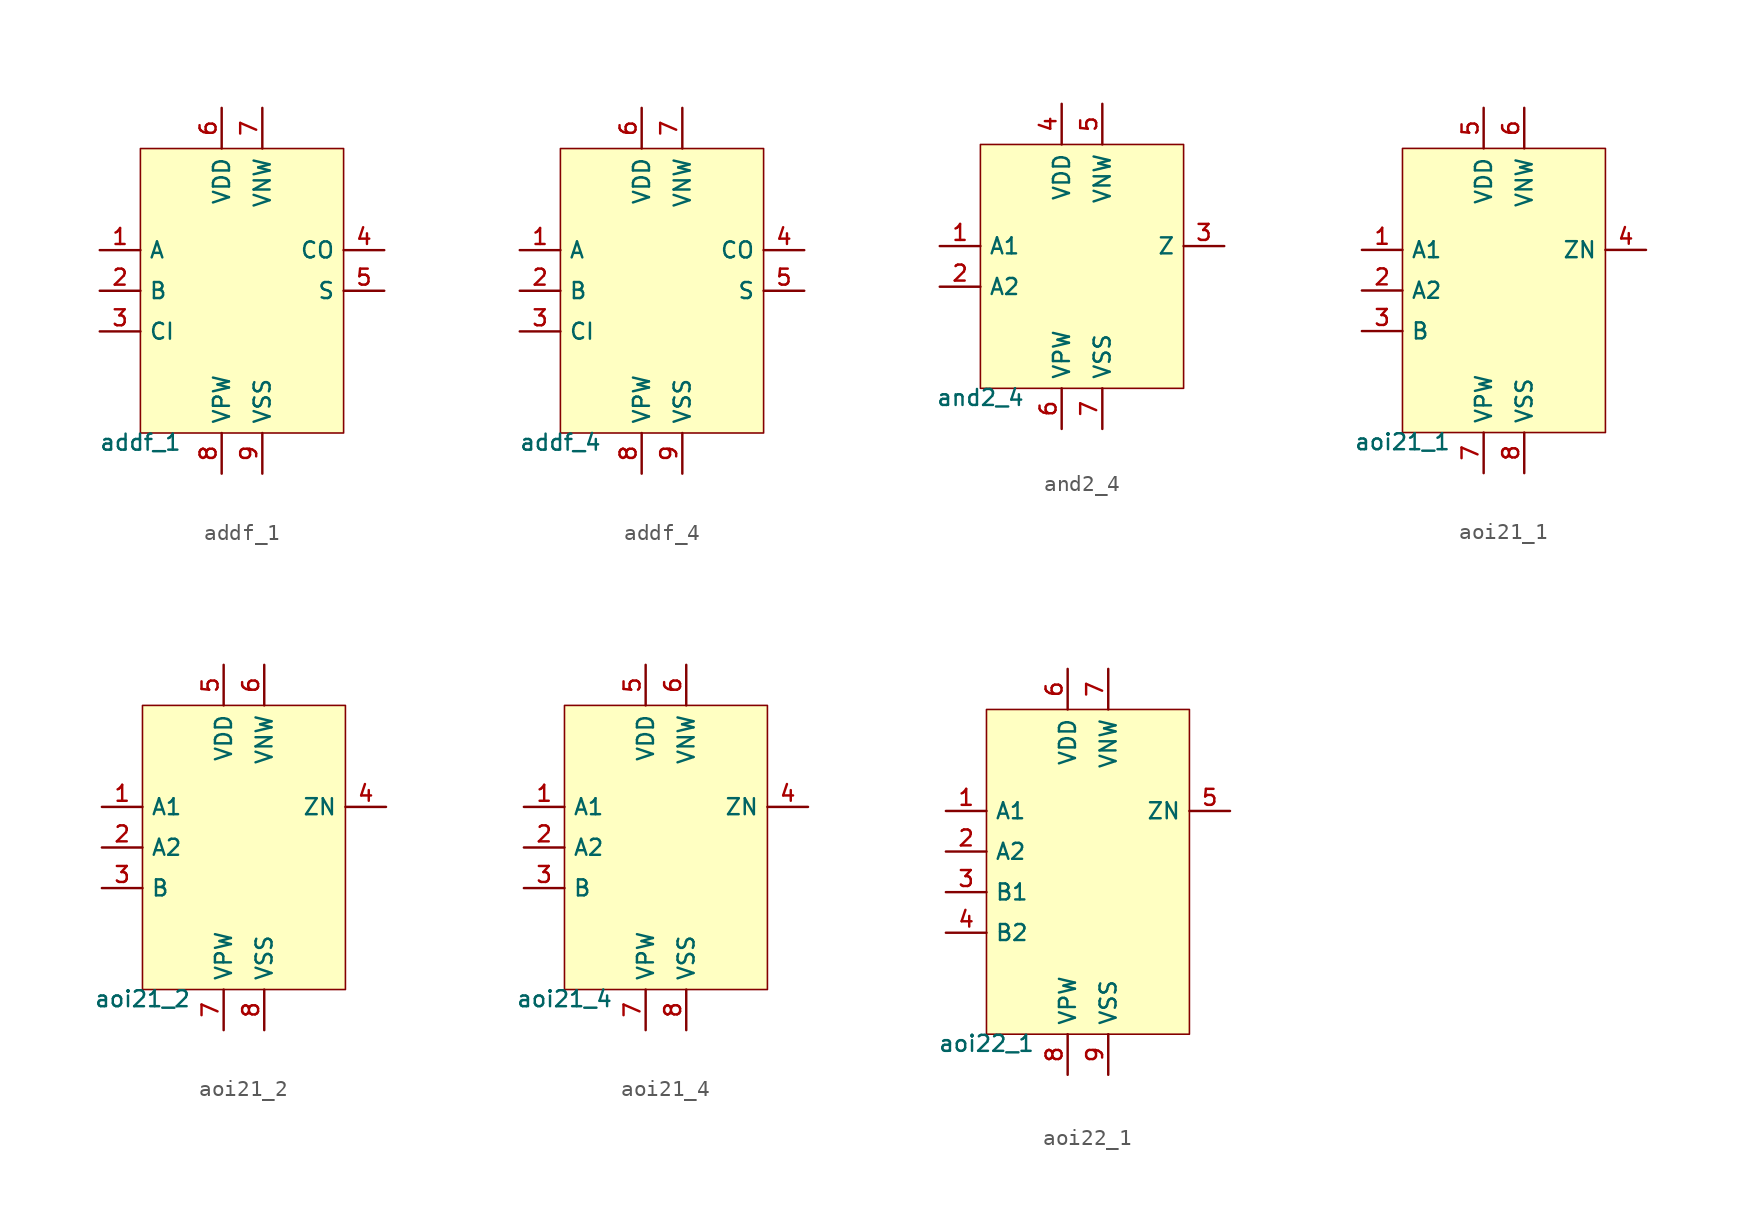
<source format=kicad_sym>
(kicad_symbol_lib
  (version 20211014)
  (generator pdk2kicad)
  (symbol "addf_1"
    (property "Reference" "X"
      (at 0 0 0)
      (effects (font (size 1 1)) hide))
    (property "Value" "addf_1"
      (at -6.35 -8.89 0)
      (effects (font (size 1 1)) (justify top)))
    (rectangle
      (start -6.35 -8.89)
      (end 6.35 8.89)
      (stroke (width 0.1) (type solid) (color 0 0 0 0))
      (fill (type background)))
    (pin input line
      (at -8.89 2.54 0)
      (length 2.54)
      (name "A" (effects (font (size 1 1)) hide))
      (number "1" (effects (font (size 1 1)) hide)))
    (pin input line
      (at -8.89 4.440892098500626e-16 0)
      (length 2.54)
      (name "B" (effects (font (size 1 1)) hide))
      (number "2" (effects (font (size 1 1)) hide)))
    (pin input line
      (at -8.89 -2.54 0)
      (length 2.54)
      (name "CI" (effects (font (size 1 1)) hide))
      (number "3" (effects (font (size 1 1)) hide)))
    (pin output line
      (at 8.89 2.54 180)
      (length 2.54)
      (name "CO" (effects (font (size 1 1)) hide))
      (number "4" (effects (font (size 1 1)) hide)))
    (pin output line
      (at 8.89 4.440892098500626e-16 180)
      (length 2.54)
      (name "S" (effects (font (size 1 1)) hide))
      (number "5" (effects (font (size 1 1)) hide)))
    (pin power_in line
      (at -1.27 11.43 270)
      (length 2.54)
      (name "VDD" (effects (font (size 1 1)) hide))
      (number "6" (effects (font (size 1 1)) hide)))
    (pin power_in line
      (at 1.27 11.43 270)
      (length 2.54)
      (name "VNW" (effects (font (size 1 1)) hide))
      (number "7" (effects (font (size 1 1)) hide)))
    (pin power_in line
      (at -1.27 -11.43 90)
      (length 2.54)
      (name "VPW" (effects (font (size 1 1)) hide))
      (number "8" (effects (font (size 1 1)) hide)))
    (pin power_in line
      (at 1.27 -11.43 90)
      (length 2.54)
      (name "VSS" (effects (font (size 1 1)) hide))
      (number "9" (effects (font (size 1 1)) hide))))
  (symbol "addf_4"
    (property "Reference" "X"
      (at 0 0 0)
      (effects (font (size 1 1)) hide))
    (property "Value" "addf_4"
      (at -6.35 -8.89 0)
      (effects (font (size 1 1)) (justify top)))
    (rectangle
      (start -6.35 -8.89)
      (end 6.35 8.89)
      (stroke (width 0.1) (type solid) (color 0 0 0 0))
      (fill (type background)))
    (pin input line
      (at -8.89 2.54 0)
      (length 2.54)
      (name "A" (effects (font (size 1 1)) hide))
      (number "1" (effects (font (size 1 1)) hide)))
    (pin input line
      (at -8.89 4.440892098500626e-16 0)
      (length 2.54)
      (name "B" (effects (font (size 1 1)) hide))
      (number "2" (effects (font (size 1 1)) hide)))
    (pin input line
      (at -8.89 -2.54 0)
      (length 2.54)
      (name "CI" (effects (font (size 1 1)) hide))
      (number "3" (effects (font (size 1 1)) hide)))
    (pin output line
      (at 8.89 2.54 180)
      (length 2.54)
      (name "CO" (effects (font (size 1 1)) hide))
      (number "4" (effects (font (size 1 1)) hide)))
    (pin output line
      (at 8.89 4.440892098500626e-16 180)
      (length 2.54)
      (name "S" (effects (font (size 1 1)) hide))
      (number "5" (effects (font (size 1 1)) hide)))
    (pin power_in line
      (at -1.27 11.43 270)
      (length 2.54)
      (name "VDD" (effects (font (size 1 1)) hide))
      (number "6" (effects (font (size 1 1)) hide)))
    (pin power_in line
      (at 1.27 11.43 270)
      (length 2.54)
      (name "VNW" (effects (font (size 1 1)) hide))
      (number "7" (effects (font (size 1 1)) hide)))
    (pin power_in line
      (at -1.27 -11.43 90)
      (length 2.54)
      (name "VPW" (effects (font (size 1 1)) hide))
      (number "8" (effects (font (size 1 1)) hide)))
    (pin power_in line
      (at 1.27 -11.43 90)
      (length 2.54)
      (name "VSS" (effects (font (size 1 1)) hide))
      (number "9" (effects (font (size 1 1)) hide))))
  (symbol "and2_4"
    (property "Reference" "X"
      (at 0 0 0)
      (effects (font (size 1 1)) hide))
    (property "Value" "and2_4"
      (at -6.35 -7.62 0)
      (effects (font (size 1 1)) (justify top)))
    (rectangle
      (start -6.35 -7.62)
      (end 6.35 7.62)
      (stroke (width 0.1) (type solid) (color 0 0 0 0))
      (fill (type background)))
    (pin input line
      (at -8.89 1.27 0)
      (length 2.54)
      (name "A1" (effects (font (size 1 1)) hide))
      (number "1" (effects (font (size 1 1)) hide)))
    (pin input line
      (at -8.89 -1.27 0)
      (length 2.54)
      (name "A2" (effects (font (size 1 1)) hide))
      (number "2" (effects (font (size 1 1)) hide)))
    (pin output line
      (at 8.89 1.27 180)
      (length 2.54)
      (name "Z" (effects (font (size 1 1)) hide))
      (number "3" (effects (font (size 1 1)) hide)))
    (pin power_in line
      (at -1.27 10.16 270)
      (length 2.54)
      (name "VDD" (effects (font (size 1 1)) hide))
      (number "4" (effects (font (size 1 1)) hide)))
    (pin power_in line
      (at 1.27 10.16 270)
      (length 2.54)
      (name "VNW" (effects (font (size 1 1)) hide))
      (number "5" (effects (font (size 1 1)) hide)))
    (pin power_in line
      (at -1.27 -10.16 90)
      (length 2.54)
      (name "VPW" (effects (font (size 1 1)) hide))
      (number "6" (effects (font (size 1 1)) hide)))
    (pin power_in line
      (at 1.27 -10.16 90)
      (length 2.54)
      (name "VSS" (effects (font (size 1 1)) hide))
      (number "7" (effects (font (size 1 1)) hide))))
  (symbol "aoi21_1"
    (property "Reference" "X"
      (at 0 0 0)
      (effects (font (size 1 1)) hide))
    (property "Value" "aoi21_1"
      (at -6.35 -8.89 0)
      (effects (font (size 1 1)) (justify top)))
    (rectangle
      (start -6.35 -8.89)
      (end 6.35 8.89)
      (stroke (width 0.1) (type solid) (color 0 0 0 0))
      (fill (type background)))
    (pin input line
      (at -8.89 2.54 0)
      (length 2.54)
      (name "A1" (effects (font (size 1 1)) hide))
      (number "1" (effects (font (size 1 1)) hide)))
    (pin input line
      (at -8.89 4.440892098500626e-16 0)
      (length 2.54)
      (name "A2" (effects (font (size 1 1)) hide))
      (number "2" (effects (font (size 1 1)) hide)))
    (pin input line
      (at -8.89 -2.54 0)
      (length 2.54)
      (name "B" (effects (font (size 1 1)) hide))
      (number "3" (effects (font (size 1 1)) hide)))
    (pin output line
      (at 8.89 2.54 180)
      (length 2.54)
      (name "ZN" (effects (font (size 1 1)) hide))
      (number "4" (effects (font (size 1 1)) hide)))
    (pin power_in line
      (at -1.27 11.43 270)
      (length 2.54)
      (name "VDD" (effects (font (size 1 1)) hide))
      (number "5" (effects (font (size 1 1)) hide)))
    (pin power_in line
      (at 1.27 11.43 270)
      (length 2.54)
      (name "VNW" (effects (font (size 1 1)) hide))
      (number "6" (effects (font (size 1 1)) hide)))
    (pin power_in line
      (at -1.27 -11.43 90)
      (length 2.54)
      (name "VPW" (effects (font (size 1 1)) hide))
      (number "7" (effects (font (size 1 1)) hide)))
    (pin power_in line
      (at 1.27 -11.43 90)
      (length 2.54)
      (name "VSS" (effects (font (size 1 1)) hide))
      (number "8" (effects (font (size 1 1)) hide))))
  (symbol "aoi21_2"
    (property "Reference" "X"
      (at 0 0 0)
      (effects (font (size 1 1)) hide))
    (property "Value" "aoi21_2"
      (at -6.35 -8.89 0)
      (effects (font (size 1 1)) (justify top)))
    (rectangle
      (start -6.35 -8.89)
      (end 6.35 8.89)
      (stroke (width 0.1) (type solid) (color 0 0 0 0))
      (fill (type background)))
    (pin input line
      (at -8.89 2.54 0)
      (length 2.54)
      (name "A1" (effects (font (size 1 1)) hide))
      (number "1" (effects (font (size 1 1)) hide)))
    (pin input line
      (at -8.89 4.440892098500626e-16 0)
      (length 2.54)
      (name "A2" (effects (font (size 1 1)) hide))
      (number "2" (effects (font (size 1 1)) hide)))
    (pin input line
      (at -8.89 -2.54 0)
      (length 2.54)
      (name "B" (effects (font (size 1 1)) hide))
      (number "3" (effects (font (size 1 1)) hide)))
    (pin output line
      (at 8.89 2.54 180)
      (length 2.54)
      (name "ZN" (effects (font (size 1 1)) hide))
      (number "4" (effects (font (size 1 1)) hide)))
    (pin power_in line
      (at -1.27 11.43 270)
      (length 2.54)
      (name "VDD" (effects (font (size 1 1)) hide))
      (number "5" (effects (font (size 1 1)) hide)))
    (pin power_in line
      (at 1.27 11.43 270)
      (length 2.54)
      (name "VNW" (effects (font (size 1 1)) hide))
      (number "6" (effects (font (size 1 1)) hide)))
    (pin power_in line
      (at -1.27 -11.43 90)
      (length 2.54)
      (name "VPW" (effects (font (size 1 1)) hide))
      (number "7" (effects (font (size 1 1)) hide)))
    (pin power_in line
      (at 1.27 -11.43 90)
      (length 2.54)
      (name "VSS" (effects (font (size 1 1)) hide))
      (number "8" (effects (font (size 1 1)) hide))))
  (symbol "aoi21_4"
    (property "Reference" "X"
      (at 0 0 0)
      (effects (font (size 1 1)) hide))
    (property "Value" "aoi21_4"
      (at -6.35 -8.89 0)
      (effects (font (size 1 1)) (justify top)))
    (rectangle
      (start -6.35 -8.89)
      (end 6.35 8.89)
      (stroke (width 0.1) (type solid) (color 0 0 0 0))
      (fill (type background)))
    (pin input line
      (at -8.89 2.54 0)
      (length 2.54)
      (name "A1" (effects (font (size 1 1)) hide))
      (number "1" (effects (font (size 1 1)) hide)))
    (pin input line
      (at -8.89 4.440892098500626e-16 0)
      (length 2.54)
      (name "A2" (effects (font (size 1 1)) hide))
      (number "2" (effects (font (size 1 1)) hide)))
    (pin input line
      (at -8.89 -2.54 0)
      (length 2.54)
      (name "B" (effects (font (size 1 1)) hide))
      (number "3" (effects (font (size 1 1)) hide)))
    (pin output line
      (at 8.89 2.54 180)
      (length 2.54)
      (name "ZN" (effects (font (size 1 1)) hide))
      (number "4" (effects (font (size 1 1)) hide)))
    (pin power_in line
      (at -1.27 11.43 270)
      (length 2.54)
      (name "VDD" (effects (font (size 1 1)) hide))
      (number "5" (effects (font (size 1 1)) hide)))
    (pin power_in line
      (at 1.27 11.43 270)
      (length 2.54)
      (name "VNW" (effects (font (size 1 1)) hide))
      (number "6" (effects (font (size 1 1)) hide)))
    (pin power_in line
      (at -1.27 -11.43 90)
      (length 2.54)
      (name "VPW" (effects (font (size 1 1)) hide))
      (number "7" (effects (font (size 1 1)) hide)))
    (pin power_in line
      (at 1.27 -11.43 90)
      (length 2.54)
      (name "VSS" (effects (font (size 1 1)) hide))
      (number "8" (effects (font (size 1 1)) hide))))
  (symbol "aoi22_1"
    (property "Reference" "X"
      (at 0 0 0)
      (effects (font (size 1 1)) hide))
    (property "Value" "aoi22_1"
      (at -6.35 -10.16 0)
      (effects (font (size 1 1)) (justify top)))
    (rectangle
      (start -6.35 -10.16)
      (end 6.35 10.16)
      (stroke (width 0.1) (type solid) (color 0 0 0 0))
      (fill (type background)))
    (pin input line
      (at -8.89 3.81 0)
      (length 2.54)
      (name "A1" (effects (font (size 1 1)) hide))
      (number "1" (effects (font (size 1 1)) hide)))
    (pin input line
      (at -8.89 1.27 0)
      (length 2.54)
      (name "A2" (effects (font (size 1 1)) hide))
      (number "2" (effects (font (size 1 1)) hide)))
    (pin input line
      (at -8.89 -1.27 0)
      (length 2.54)
      (name "B1" (effects (font (size 1 1)) hide))
      (number "3" (effects (font (size 1 1)) hide)))
    (pin input line
      (at -8.89 -3.81 0)
      (length 2.54)
      (name "B2" (effects (font (size 1 1)) hide))
      (number "4" (effects (font (size 1 1)) hide)))
    (pin output line
      (at 8.89 3.81 180)
      (length 2.54)
      (name "ZN" (effects (font (size 1 1)) hide))
      (number "5" (effects (font (size 1 1)) hide)))
    (pin power_in line
      (at -1.27 12.7 270)
      (length 2.54)
      (name "VDD" (effects (font (size 1 1)) hide))
      (number "6" (effects (font (size 1 1)) hide)))
    (pin power_in line
      (at 1.27 12.7 270)
      (length 2.54)
      (name "VNW" (effects (font (size 1 1)) hide))
      (number "7" (effects (font (size 1 1)) hide)))
    (pin power_in line
      (at -1.27 -12.7 90)
      (length 2.54)
      (name "VPW" (effects (font (size 1 1)) hide))
      (number "8" (effects (font (size 1 1)) hide)))
    (pin power_in line
      (at 1.27 -12.7 90)
      (length 2.54)
      (name "VSS" (effects (font (size 1 1)) hide))
      (number "9" (effects (font (size 1 1)) hide)))))
</source>
